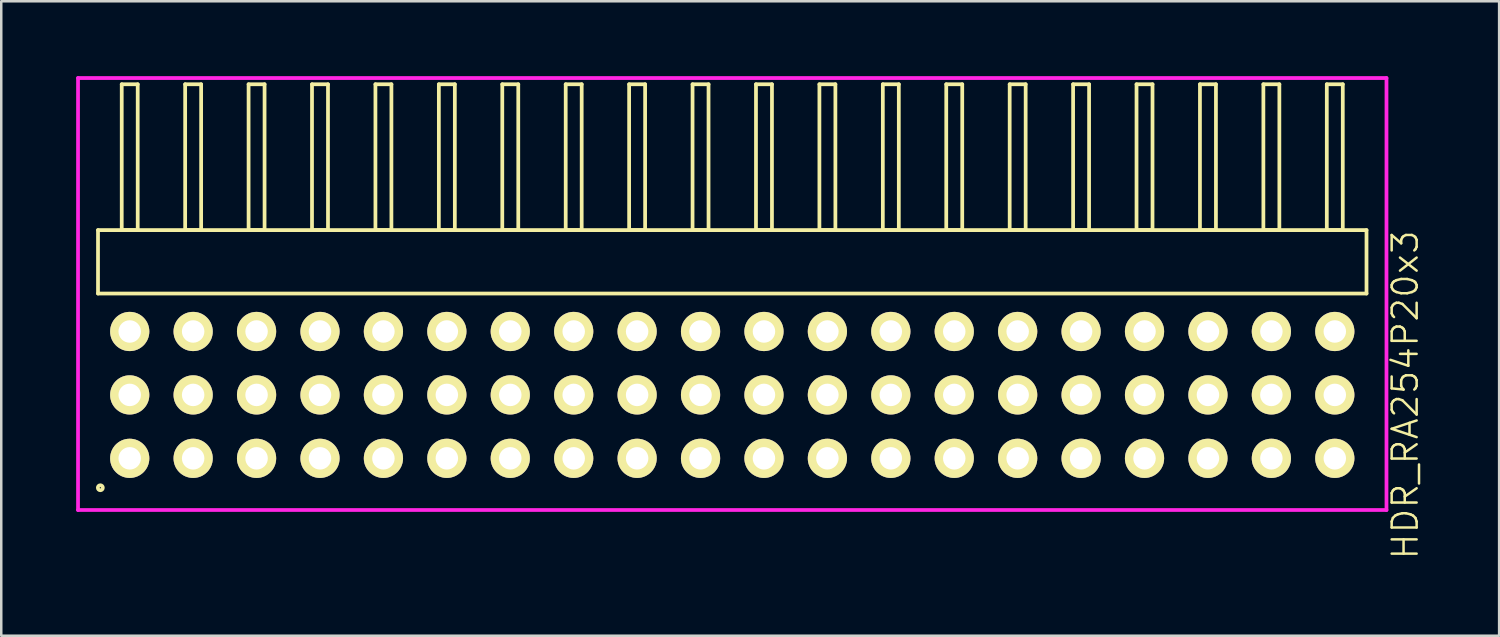
<source format=kicad_pcb>
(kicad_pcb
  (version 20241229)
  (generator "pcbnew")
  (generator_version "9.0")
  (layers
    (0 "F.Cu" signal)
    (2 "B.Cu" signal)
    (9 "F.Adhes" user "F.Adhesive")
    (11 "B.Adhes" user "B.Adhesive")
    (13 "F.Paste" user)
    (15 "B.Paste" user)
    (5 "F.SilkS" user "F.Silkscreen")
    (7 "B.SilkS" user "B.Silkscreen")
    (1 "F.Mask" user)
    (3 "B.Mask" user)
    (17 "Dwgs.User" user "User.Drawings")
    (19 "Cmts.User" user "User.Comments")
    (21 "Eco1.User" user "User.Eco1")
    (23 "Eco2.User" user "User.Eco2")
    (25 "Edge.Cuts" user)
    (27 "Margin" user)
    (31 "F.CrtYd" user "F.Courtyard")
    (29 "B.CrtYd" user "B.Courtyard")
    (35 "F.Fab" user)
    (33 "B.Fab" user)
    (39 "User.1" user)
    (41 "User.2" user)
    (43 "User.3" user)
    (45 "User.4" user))
  (footprint "HDR_RA254P20x3"
    (layer "F.Cu")
    (at 26.275 12.765)
    (property "Reference" "HDR_RA254P20x3" (at 26.95 0 90) (layer "F.SilkS") (effects (font (size 1 1) (thickness 0.1))))
    (attr through_hole)
    (fp_line (start -25.4 -6.6) (end -25.4 -4.06) (stroke (width 0.15) (type solid)) (layer "F.SilkS"))
    (fp_line (start -25.4 -4.06) (end 25.4 -4.06) (stroke (width 0.15) (type solid)) (layer "F.SilkS"))
    (fp_line (start -24.45 -12.44) (end -24.45 -6.6) (stroke (width 0.15) (type solid)) (layer "F.SilkS"))
    (fp_line (start -24.45 -6.6) (end -23.81 -6.6) (stroke (width 0.15) (type solid)) (layer "F.SilkS"))
    (fp_line (start -23.81 -12.44) (end -24.45 -12.44) (stroke (width 0.15) (type solid)) (layer "F.SilkS"))
    (fp_line (start -23.81 -6.6) (end -23.81 -12.44) (stroke (width 0.15) (type solid)) (layer "F.SilkS"))
    (fp_line (start -21.91 -12.44) (end -21.91 -6.6) (stroke (width 0.15) (type solid)) (layer "F.SilkS"))
    (fp_line (start -21.91 -6.6) (end -21.27 -6.6) (stroke (width 0.15) (type solid)) (layer "F.SilkS"))
    (fp_line (start -21.27 -12.44) (end -21.91 -12.44) (stroke (width 0.15) (type solid)) (layer "F.SilkS"))
    (fp_line (start -21.27 -6.6) (end -21.27 -12.44) (stroke (width 0.15) (type solid)) (layer "F.SilkS"))
    (fp_line (start -19.37 -12.44) (end -19.37 -6.6) (stroke (width 0.15) (type solid)) (layer "F.SilkS"))
    (fp_line (start -19.37 -6.6) (end -18.73 -6.6) (stroke (width 0.15) (type solid)) (layer "F.SilkS"))
    (fp_line (start -18.73 -12.44) (end -19.37 -12.44) (stroke (width 0.15) (type solid)) (layer "F.SilkS"))
    (fp_line (start -18.73 -6.6) (end -18.73 -12.44) (stroke (width 0.15) (type solid)) (layer "F.SilkS"))
    (fp_line (start -16.83 -12.44) (end -16.83 -6.6) (stroke (width 0.15) (type solid)) (layer "F.SilkS"))
    (fp_line (start -16.83 -6.6) (end -16.19 -6.6) (stroke (width 0.15) (type solid)) (layer "F.SilkS"))
    (fp_line (start -16.19 -12.44) (end -16.83 -12.44) (stroke (width 0.15) (type solid)) (layer "F.SilkS"))
    (fp_line (start -16.19 -6.6) (end -16.19 -12.44) (stroke (width 0.15) (type solid)) (layer "F.SilkS"))
    (fp_line (start -14.29 -12.44) (end -14.29 -6.6) (stroke (width 0.15) (type solid)) (layer "F.SilkS"))
    (fp_line (start -14.29 -6.6) (end -13.65 -6.6) (stroke (width 0.15) (type solid)) (layer "F.SilkS"))
    (fp_line (start -13.65 -12.44) (end -14.29 -12.44) (stroke (width 0.15) (type solid)) (layer "F.SilkS"))
    (fp_line (start -13.65 -6.6) (end -13.65 -12.44) (stroke (width 0.15) (type solid)) (layer "F.SilkS"))
    (fp_line (start -11.75 -12.44) (end -11.75 -6.6) (stroke (width 0.15) (type solid)) (layer "F.SilkS"))
    (fp_line (start -11.75 -6.6) (end -11.11 -6.6) (stroke (width 0.15) (type solid)) (layer "F.SilkS"))
    (fp_line (start -11.11 -12.44) (end -11.75 -12.44) (stroke (width 0.15) (type solid)) (layer "F.SilkS"))
    (fp_line (start -11.11 -6.6) (end -11.11 -12.44) (stroke (width 0.15) (type solid)) (layer "F.SilkS"))
    (fp_line (start -9.21 -12.44) (end -9.21 -6.6) (stroke (width 0.15) (type solid)) (layer "F.SilkS"))
    (fp_line (start -9.21 -6.6) (end -8.57 -6.6) (stroke (width 0.15) (type solid)) (layer "F.SilkS"))
    (fp_line (start -8.57 -12.44) (end -9.21 -12.44) (stroke (width 0.15) (type solid)) (layer "F.SilkS"))
    (fp_line (start -8.57 -6.6) (end -8.57 -12.44) (stroke (width 0.15) (type solid)) (layer "F.SilkS"))
    (fp_line (start -6.67 -12.44) (end -6.67 -6.6) (stroke (width 0.15) (type solid)) (layer "F.SilkS"))
    (fp_line (start -6.67 -6.6) (end -6.03 -6.6) (stroke (width 0.15) (type solid)) (layer "F.SilkS"))
    (fp_line (start -6.03 -12.44) (end -6.67 -12.44) (stroke (width 0.15) (type solid)) (layer "F.SilkS"))
    (fp_line (start -6.03 -6.6) (end -6.03 -12.44) (stroke (width 0.15) (type solid)) (layer "F.SilkS"))
    (fp_line (start -4.13 -12.44) (end -4.13 -6.6) (stroke (width 0.15) (type solid)) (layer "F.SilkS"))
    (fp_line (start -4.13 -6.6) (end -3.49 -6.6) (stroke (width 0.15) (type solid)) (layer "F.SilkS"))
    (fp_line (start -3.49 -12.44) (end -4.13 -12.44) (stroke (width 0.15) (type solid)) (layer "F.SilkS"))
    (fp_line (start -3.49 -6.6) (end -3.49 -12.44) (stroke (width 0.15) (type solid)) (layer "F.SilkS"))
    (fp_line (start -1.59 -12.44) (end -1.59 -6.6) (stroke (width 0.15) (type solid)) (layer "F.SilkS"))
    (fp_line (start -1.59 -6.6) (end -0.95 -6.6) (stroke (width 0.15) (type solid)) (layer "F.SilkS"))
    (fp_line (start -0.95 -12.44) (end -1.59 -12.44) (stroke (width 0.15) (type solid)) (layer "F.SilkS"))
    (fp_line (start -0.95 -6.6) (end -0.95 -12.44) (stroke (width 0.15) (type solid)) (layer "F.SilkS"))
    (fp_line (start 0.95 -12.44) (end 0.95 -6.6) (stroke (width 0.15) (type solid)) (layer "F.SilkS"))
    (fp_line (start 0.95 -6.6) (end 1.59 -6.6) (stroke (width 0.15) (type solid)) (layer "F.SilkS"))
    (fp_line (start 1.59 -12.44) (end 0.95 -12.44) (stroke (width 0.15) (type solid)) (layer "F.SilkS"))
    (fp_line (start 1.59 -6.6) (end 1.59 -12.44) (stroke (width 0.15) (type solid)) (layer "F.SilkS"))
    (fp_line (start 3.49 -12.44) (end 3.49 -6.6) (stroke (width 0.15) (type solid)) (layer "F.SilkS"))
    (fp_line (start 3.49 -6.6) (end 4.13 -6.6) (stroke (width 0.15) (type solid)) (layer "F.SilkS"))
    (fp_line (start 4.13 -12.44) (end 3.49 -12.44) (stroke (width 0.15) (type solid)) (layer "F.SilkS"))
    (fp_line (start 4.13 -6.6) (end 4.13 -12.44) (stroke (width 0.15) (type solid)) (layer "F.SilkS"))
    (fp_line (start 6.03 -12.44) (end 6.03 -6.6) (stroke (width 0.15) (type solid)) (layer "F.SilkS"))
    (fp_line (start 6.03 -6.6) (end 6.67 -6.6) (stroke (width 0.15) (type solid)) (layer "F.SilkS"))
    (fp_line (start 6.67 -12.44) (end 6.03 -12.44) (stroke (width 0.15) (type solid)) (layer "F.SilkS"))
    (fp_line (start 6.67 -6.6) (end 6.67 -12.44) (stroke (width 0.15) (type solid)) (layer "F.SilkS"))
    (fp_line (start 8.57 -12.44) (end 8.57 -6.6) (stroke (width 0.15) (type solid)) (layer "F.SilkS"))
    (fp_line (start 8.57 -6.6) (end 9.21 -6.6) (stroke (width 0.15) (type solid)) (layer "F.SilkS"))
    (fp_line (start 9.21 -12.44) (end 8.57 -12.44) (stroke (width 0.15) (type solid)) (layer "F.SilkS"))
    (fp_line (start 9.21 -6.6) (end 9.21 -12.44) (stroke (width 0.15) (type solid)) (layer "F.SilkS"))
    (fp_line (start 11.11 -12.44) (end 11.11 -6.6) (stroke (width 0.15) (type solid)) (layer "F.SilkS"))
    (fp_line (start 11.11 -6.6) (end 11.75 -6.6) (stroke (width 0.15) (type solid)) (layer "F.SilkS"))
    (fp_line (start 11.75 -12.44) (end 11.11 -12.44) (stroke (width 0.15) (type solid)) (layer "F.SilkS"))
    (fp_line (start 11.75 -6.6) (end 11.75 -12.44) (stroke (width 0.15) (type solid)) (layer "F.SilkS"))
    (fp_line (start 13.65 -12.44) (end 13.65 -6.6) (stroke (width 0.15) (type solid)) (layer "F.SilkS"))
    (fp_line (start 13.65 -6.6) (end 14.29 -6.6) (stroke (width 0.15) (type solid)) (layer "F.SilkS"))
    (fp_line (start 14.29 -12.44) (end 13.65 -12.44) (stroke (width 0.15) (type solid)) (layer "F.SilkS"))
    (fp_line (start 14.29 -6.6) (end 14.29 -12.44) (stroke (width 0.15) (type solid)) (layer "F.SilkS"))
    (fp_line (start 16.19 -12.44) (end 16.19 -6.6) (stroke (width 0.15) (type solid)) (layer "F.SilkS"))
    (fp_line (start 16.19 -6.6) (end 16.83 -6.6) (stroke (width 0.15) (type solid)) (layer "F.SilkS"))
    (fp_line (start 16.83 -12.44) (end 16.19 -12.44) (stroke (width 0.15) (type solid)) (layer "F.SilkS"))
    (fp_line (start 16.83 -6.6) (end 16.83 -12.44) (stroke (width 0.15) (type solid)) (layer "F.SilkS"))
    (fp_line (start 18.73 -12.44) (end 18.73 -6.6) (stroke (width 0.15) (type solid)) (layer "F.SilkS"))
    (fp_line (start 18.73 -6.6) (end 19.37 -6.6) (stroke (width 0.15) (type solid)) (layer "F.SilkS"))
    (fp_line (start 19.37 -12.44) (end 18.73 -12.44) (stroke (width 0.15) (type solid)) (layer "F.SilkS"))
    (fp_line (start 19.37 -6.6) (end 19.37 -12.44) (stroke (width 0.15) (type solid)) (layer "F.SilkS"))
    (fp_line (start 21.27 -12.44) (end 21.27 -6.6) (stroke (width 0.15) (type solid)) (layer "F.SilkS"))
    (fp_line (start 21.27 -6.6) (end 21.91 -6.6) (stroke (width 0.15) (type solid)) (layer "F.SilkS"))
    (fp_line (start 21.91 -12.44) (end 21.27 -12.44) (stroke (width 0.15) (type solid)) (layer "F.SilkS"))
    (fp_line (start 21.91 -6.6) (end 21.91 -12.44) (stroke (width 0.15) (type solid)) (layer "F.SilkS"))
    (fp_line (start 23.81 -12.44) (end 23.81 -6.6) (stroke (width 0.15) (type solid)) (layer "F.SilkS"))
    (fp_line (start 23.81 -6.6) (end 24.45 -6.6) (stroke (width 0.15) (type solid)) (layer "F.SilkS"))
    (fp_line (start 24.45 -12.44) (end 23.81 -12.44) (stroke (width 0.15) (type solid)) (layer "F.SilkS"))
    (fp_line (start 24.45 -6.6) (end 24.45 -12.44) (stroke (width 0.15) (type solid)) (layer "F.SilkS"))
    (fp_line (start 25.4 -6.6) (end -25.4 -6.6) (stroke (width 0.15) (type solid)) (layer "F.SilkS"))
    (fp_line (start 25.4 -4.06) (end 25.4 -6.6) (stroke (width 0.15) (type solid)) (layer "F.SilkS"))
    (fp_circle (center -25.307 3.718) (end -25.207 3.718) (stroke (width 0.15) (type solid)) (fill no) (layer "F.SilkS"))
    (fp_line (start -26.2 -12.69) (end -26.2 4.61) (stroke (width 0.15) (type solid)) (layer "F.CrtYd"))
    (fp_line (start -26.2 4.61) (end 26.2 4.61) (stroke (width 0.15) (type solid)) (layer "F.CrtYd"))
    (fp_line (start 26.2 -12.69) (end -26.2 -12.69) (stroke (width 0.15) (type solid)) (layer "F.CrtYd"))
    (fp_line (start 26.2 4.61) (end 26.2 -12.69) (stroke (width 0.15) (type solid)) (layer "F.CrtYd"))
    (pad "1" thru_hole oval (at -24.13 2.54) (size 1.57 1.57) (drill 0.9) (layers "*.Cu" "*.Mask" "F.SilkS"))
    (pad "2" thru_hole oval (at -24.13 0) (size 1.57 1.57) (drill 0.9) (layers "*.Cu" "*.Mask" "F.SilkS"))
    (pad "3" thru_hole oval (at -24.13 -2.54) (size 1.57 1.57) (drill 0.9) (layers "*.Cu" "*.Mask" "F.SilkS"))
    (pad "4" thru_hole oval (at -21.59 2.54) (size 1.57 1.57) (drill 0.9) (layers "*.Cu" "*.Mask" "F.SilkS"))
    (pad "5" thru_hole oval (at -21.59 0) (size 1.57 1.57) (drill 0.9) (layers "*.Cu" "*.Mask" "F.SilkS"))
    (pad "6" thru_hole oval (at -21.59 -2.54) (size 1.57 1.57) (drill 0.9) (layers "*.Cu" "*.Mask" "F.SilkS"))
    (pad "7" thru_hole oval (at -19.05 2.54) (size 1.57 1.57) (drill 0.9) (layers "*.Cu" "*.Mask" "F.SilkS"))
    (pad "8" thru_hole oval (at -19.05 0) (size 1.57 1.57) (drill 0.9) (layers "*.Cu" "*.Mask" "F.SilkS"))
    (pad "9" thru_hole oval (at -19.05 -2.54) (size 1.57 1.57) (drill 0.9) (layers "*.Cu" "*.Mask" "F.SilkS"))
    (pad "10" thru_hole oval (at -16.51 2.54) (size 1.57 1.57) (drill 0.9) (layers "*.Cu" "*.Mask" "F.SilkS"))
    (pad "11" thru_hole oval (at -16.51 0) (size 1.57 1.57) (drill 0.9) (layers "*.Cu" "*.Mask" "F.SilkS"))
    (pad "12" thru_hole oval (at -16.51 -2.54) (size 1.57 1.57) (drill 0.9) (layers "*.Cu" "*.Mask" "F.SilkS"))
    (pad "13" thru_hole oval (at -13.97 2.54) (size 1.57 1.57) (drill 0.9) (layers "*.Cu" "*.Mask" "F.SilkS"))
    (pad "14" thru_hole oval (at -13.97 0) (size 1.57 1.57) (drill 0.9) (layers "*.Cu" "*.Mask" "F.SilkS"))
    (pad "15" thru_hole oval (at -13.97 -2.54) (size 1.57 1.57) (drill 0.9) (layers "*.Cu" "*.Mask" "F.SilkS"))
    (pad "16" thru_hole oval (at -11.43 2.54) (size 1.57 1.57) (drill 0.9) (layers "*.Cu" "*.Mask" "F.SilkS"))
    (pad "17" thru_hole oval (at -11.43 0) (size 1.57 1.57) (drill 0.9) (layers "*.Cu" "*.Mask" "F.SilkS"))
    (pad "18" thru_hole oval (at -11.43 -2.54) (size 1.57 1.57) (drill 0.9) (layers "*.Cu" "*.Mask" "F.SilkS"))
    (pad "19" thru_hole oval (at -8.89 2.54) (size 1.57 1.57) (drill 0.9) (layers "*.Cu" "*.Mask" "F.SilkS"))
    (pad "20" thru_hole oval (at -8.89 0) (size 1.57 1.57) (drill 0.9) (layers "*.Cu" "*.Mask" "F.SilkS"))
    (pad "21" thru_hole oval (at -8.89 -2.54) (size 1.57 1.57) (drill 0.9) (layers "*.Cu" "*.Mask" "F.SilkS"))
    (pad "22" thru_hole oval (at -6.35 2.54) (size 1.57 1.57) (drill 0.9) (layers "*.Cu" "*.Mask" "F.SilkS"))
    (pad "23" thru_hole oval (at -6.35 0) (size 1.57 1.57) (drill 0.9) (layers "*.Cu" "*.Mask" "F.SilkS"))
    (pad "24" thru_hole oval (at -6.35 -2.54) (size 1.57 1.57) (drill 0.9) (layers "*.Cu" "*.Mask" "F.SilkS"))
    (pad "25" thru_hole oval (at -3.81 2.54) (size 1.57 1.57) (drill 0.9) (layers "*.Cu" "*.Mask" "F.SilkS"))
    (pad "26" thru_hole oval (at -3.81 0) (size 1.57 1.57) (drill 0.9) (layers "*.Cu" "*.Mask" "F.SilkS"))
    (pad "27" thru_hole oval (at -3.81 -2.54) (size 1.57 1.57) (drill 0.9) (layers "*.Cu" "*.Mask" "F.SilkS"))
    (pad "28" thru_hole oval (at -1.27 2.54) (size 1.57 1.57) (drill 0.9) (layers "*.Cu" "*.Mask" "F.SilkS"))
    (pad "29" thru_hole oval (at -1.27 0) (size 1.57 1.57) (drill 0.9) (layers "*.Cu" "*.Mask" "F.SilkS"))
    (pad "30" thru_hole oval (at -1.27 -2.54) (size 1.57 1.57) (drill 0.9) (layers "*.Cu" "*.Mask" "F.SilkS"))
    (pad "31" thru_hole oval (at 1.27 2.54) (size 1.57 1.57) (drill 0.9) (layers "*.Cu" "*.Mask" "F.SilkS"))
    (pad "32" thru_hole oval (at 1.27 0) (size 1.57 1.57) (drill 0.9) (layers "*.Cu" "*.Mask" "F.SilkS"))
    (pad "33" thru_hole oval (at 1.27 -2.54) (size 1.57 1.57) (drill 0.9) (layers "*.Cu" "*.Mask" "F.SilkS"))
    (pad "34" thru_hole oval (at 3.81 2.54) (size 1.57 1.57) (drill 0.9) (layers "*.Cu" "*.Mask" "F.SilkS"))
    (pad "35" thru_hole oval (at 3.81 0) (size 1.57 1.57) (drill 0.9) (layers "*.Cu" "*.Mask" "F.SilkS"))
    (pad "36" thru_hole oval (at 3.81 -2.54) (size 1.57 1.57) (drill 0.9) (layers "*.Cu" "*.Mask" "F.SilkS"))
    (pad "37" thru_hole oval (at 6.35 2.54) (size 1.57 1.57) (drill 0.9) (layers "*.Cu" "*.Mask" "F.SilkS"))
    (pad "38" thru_hole oval (at 6.35 0) (size 1.57 1.57) (drill 0.9) (layers "*.Cu" "*.Mask" "F.SilkS"))
    (pad "39" thru_hole oval (at 6.35 -2.54) (size 1.57 1.57) (drill 0.9) (layers "*.Cu" "*.Mask" "F.SilkS"))
    (pad "40" thru_hole oval (at 8.89 2.54) (size 1.57 1.57) (drill 0.9) (layers "*.Cu" "*.Mask" "F.SilkS"))
    (pad "41" thru_hole oval (at 8.89 0) (size 1.57 1.57) (drill 0.9) (layers "*.Cu" "*.Mask" "F.SilkS"))
    (pad "42" thru_hole oval (at 8.89 -2.54) (size 1.57 1.57) (drill 0.9) (layers "*.Cu" "*.Mask" "F.SilkS"))
    (pad "43" thru_hole oval (at 11.43 2.54) (size 1.57 1.57) (drill 0.9) (layers "*.Cu" "*.Mask" "F.SilkS"))
    (pad "44" thru_hole oval (at 11.43 0) (size 1.57 1.57) (drill 0.9) (layers "*.Cu" "*.Mask" "F.SilkS"))
    (pad "45" thru_hole oval (at 11.43 -2.54) (size 1.57 1.57) (drill 0.9) (layers "*.Cu" "*.Mask" "F.SilkS"))
    (pad "46" thru_hole oval (at 13.97 2.54) (size 1.57 1.57) (drill 0.9) (layers "*.Cu" "*.Mask" "F.SilkS"))
    (pad "47" thru_hole oval (at 13.97 0) (size 1.57 1.57) (drill 0.9) (layers "*.Cu" "*.Mask" "F.SilkS"))
    (pad "48" thru_hole oval (at 13.97 -2.54) (size 1.57 1.57) (drill 0.9) (layers "*.Cu" "*.Mask" "F.SilkS"))
    (pad "49" thru_hole oval (at 16.51 2.54) (size 1.57 1.57) (drill 0.9) (layers "*.Cu" "*.Mask" "F.SilkS"))
    (pad "50" thru_hole oval (at 16.51 0) (size 1.57 1.57) (drill 0.9) (layers "*.Cu" "*.Mask" "F.SilkS"))
    (pad "51" thru_hole oval (at 16.51 -2.54) (size 1.57 1.57) (drill 0.9) (layers "*.Cu" "*.Mask" "F.SilkS"))
    (pad "52" thru_hole oval (at 19.05 2.54) (size 1.57 1.57) (drill 0.9) (layers "*.Cu" "*.Mask" "F.SilkS"))
    (pad "53" thru_hole oval (at 19.05 0) (size 1.57 1.57) (drill 0.9) (layers "*.Cu" "*.Mask" "F.SilkS"))
    (pad "54" thru_hole oval (at 19.05 -2.54) (size 1.57 1.57) (drill 0.9) (layers "*.Cu" "*.Mask" "F.SilkS"))
    (pad "55" thru_hole oval (at 21.59 2.54) (size 1.57 1.57) (drill 0.9) (layers "*.Cu" "*.Mask" "F.SilkS"))
    (pad "56" thru_hole oval (at 21.59 0) (size 1.57 1.57) (drill 0.9) (layers "*.Cu" "*.Mask" "F.SilkS"))
    (pad "57" thru_hole oval (at 21.59 -2.54) (size 1.57 1.57) (drill 0.9) (layers "*.Cu" "*.Mask" "F.SilkS"))
    (pad "58" thru_hole oval (at 24.13 2.54) (size 1.57 1.57) (drill 0.9) (layers "*.Cu" "*.Mask" "F.SilkS"))
    (pad "59" thru_hole oval (at 24.13 0) (size 1.57 1.57) (drill 0.9) (layers "*.Cu" "*.Mask" "F.SilkS"))
    (pad "60" thru_hole oval (at 24.13 -2.54) (size 1.57 1.57) (drill 0.9) (layers "*.Cu" "*.Mask" "F.SilkS")))
  (gr_rect
    (start -3 -3)
    (end 56.986 22.41)
    (stroke (width 0.1) (type default))
    (fill no)
    (layer "Edge.Cuts")))
</source>
